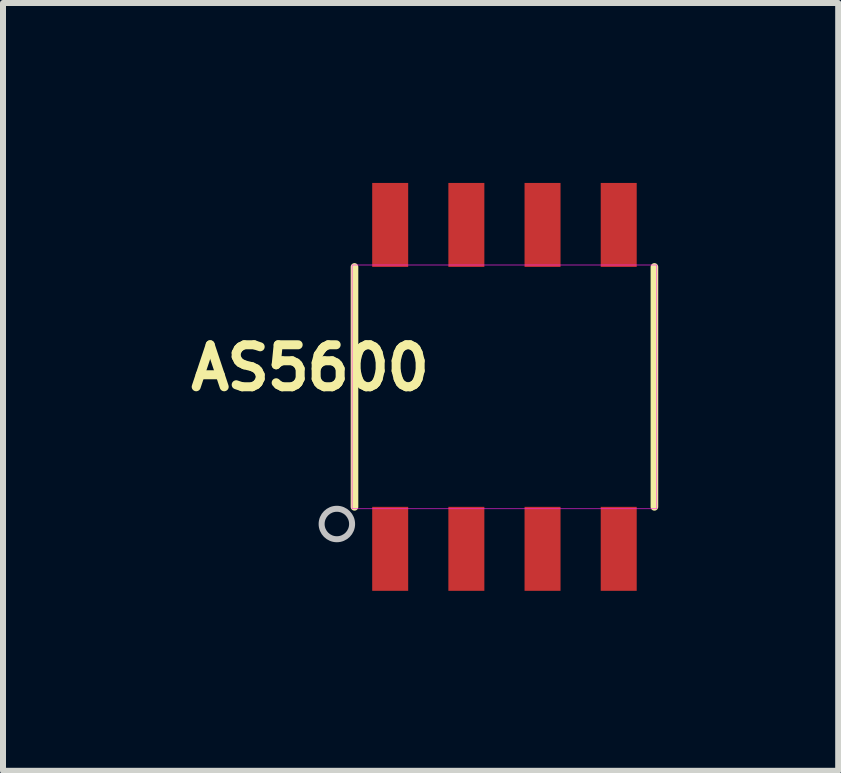
<source format=kicad_pcb>
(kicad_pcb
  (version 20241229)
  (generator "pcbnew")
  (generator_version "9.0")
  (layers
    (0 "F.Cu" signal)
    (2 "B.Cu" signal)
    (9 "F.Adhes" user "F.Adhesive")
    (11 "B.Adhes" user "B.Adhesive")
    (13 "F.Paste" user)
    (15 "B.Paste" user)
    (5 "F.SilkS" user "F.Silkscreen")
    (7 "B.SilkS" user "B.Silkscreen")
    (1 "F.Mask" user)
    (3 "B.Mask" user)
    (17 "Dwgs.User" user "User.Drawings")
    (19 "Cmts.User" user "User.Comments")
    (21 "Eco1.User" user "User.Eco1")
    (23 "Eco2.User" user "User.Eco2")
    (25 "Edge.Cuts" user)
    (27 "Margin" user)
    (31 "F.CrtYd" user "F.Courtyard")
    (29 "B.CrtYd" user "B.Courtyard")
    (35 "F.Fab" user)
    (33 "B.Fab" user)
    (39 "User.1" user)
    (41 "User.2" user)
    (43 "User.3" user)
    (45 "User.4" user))
  (footprint "AS5600"
    (layer "F.Cu")
    (at 5.36 3.4)
    (property "Reference" "AS5600" (at -3.239 -0.318 180) (layer "F.SilkS") (effects (font (size 0.7 0.7) (thickness 0.15))))
    (attr through_hole)
    (fp_line (start -2.5 2) (end -2.5 -2) (stroke (width 0.127) (type solid)) (layer "F.SilkS"))
    (fp_line (start 2.5 -2) (end 2.5 2) (stroke (width 0.127) (type solid)) (layer "F.SilkS"))
    (fp_circle (center -2.794 2.286) (end -2.54 2.286) (stroke (width 0.1) (type solid)) (fill no) (layer "Dwgs.User"))
    (fp_poly (pts (xy -2.54 -2.032) (xy 2.54 -2.032) (xy 2.54 2.032) (xy -2.54 2.032)) (stroke (width 0.01) (type solid)) (fill no) (layer "F.CrtYd"))
    (pad "1" smd rect (at -1.905 2.7) (size 0.6 1.4) (layers "F.Cu" "F.Mask" "F.Paste"))
    (pad "2" smd rect (at -0.635 2.7) (size 0.6 1.4) (layers "F.Cu" "F.Mask" "F.Paste"))
    (pad "3" smd rect (at 0.635 2.7) (size 0.6 1.4) (layers "F.Cu" "F.Mask" "F.Paste"))
    (pad "4" smd rect (at 1.905 2.7) (size 0.6 1.4) (layers "F.Cu" "F.Mask" "F.Paste"))
    (pad "5" smd rect (at 1.905 -2.7) (size 0.6 1.4) (layers "F.Cu" "F.Mask" "F.Paste"))
    (pad "6" smd rect (at 0.635 -2.7) (size 0.6 1.4) (layers "F.Cu" "F.Mask" "F.Paste"))
    (pad "7" smd rect (at -0.635 -2.7) (size 0.6 1.4) (layers "F.Cu" "F.Mask" "F.Paste"))
    (pad "8" smd rect (at -1.905 -2.7) (size 0.6 1.4) (layers "F.Cu" "F.Mask" "F.Paste")))
  (gr_rect
    (start -3 -3)
    (end 10.924 9.8)
    (stroke (width 0.1) (type default))
    (fill no)
    (layer "Edge.Cuts")))
</source>
